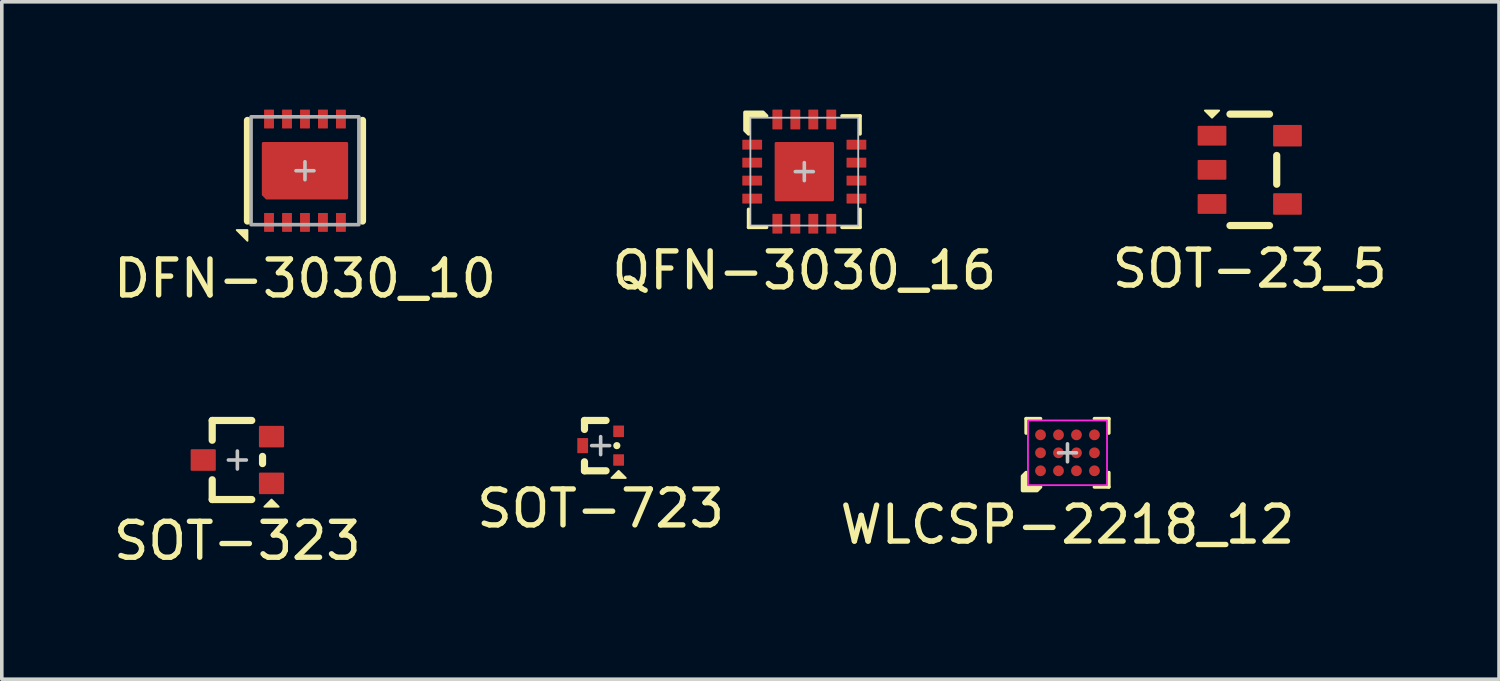
<source format=kicad_pcb>
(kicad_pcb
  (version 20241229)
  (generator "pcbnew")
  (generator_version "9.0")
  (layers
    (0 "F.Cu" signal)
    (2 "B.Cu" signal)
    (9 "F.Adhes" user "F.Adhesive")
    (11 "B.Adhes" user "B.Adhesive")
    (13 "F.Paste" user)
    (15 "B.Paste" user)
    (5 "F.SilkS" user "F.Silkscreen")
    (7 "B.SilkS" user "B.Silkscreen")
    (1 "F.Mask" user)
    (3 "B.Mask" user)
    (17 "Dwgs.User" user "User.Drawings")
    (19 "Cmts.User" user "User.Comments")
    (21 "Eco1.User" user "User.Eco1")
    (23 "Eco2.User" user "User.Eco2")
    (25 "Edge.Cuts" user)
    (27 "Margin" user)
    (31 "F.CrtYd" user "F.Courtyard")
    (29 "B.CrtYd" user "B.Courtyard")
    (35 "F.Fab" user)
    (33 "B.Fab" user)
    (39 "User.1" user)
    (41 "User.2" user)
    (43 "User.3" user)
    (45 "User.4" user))
  (footprint "SOT-323"
    (layer "F.Cu")
    (at 3.554 9.748)
    (property "Reference" "SOT-323" (at 0 2.25 0) (unlocked yes) (layer "F.SilkS") (effects (font (size 1 1) (thickness 0.15))))
    (attr smd)
    (fp_line (start -0.7 -1.1) (end 0.4 -1.1) (stroke (width 0.2) (type solid)) (layer "F.SilkS"))
    (fp_line (start -0.7 -0.55) (end -0.7 -1.1) (stroke (width 0.2) (type solid)) (layer "F.SilkS"))
    (fp_line (start -0.7 0.55) (end -0.7 1.1) (stroke (width 0.2) (type solid)) (layer "F.SilkS"))
    (fp_line (start -0.7 1.1) (end 0.4 1.1) (stroke (width 0.2) (type solid)) (layer "F.SilkS"))
    (fp_line (start 0.7 -0.1) (end 0.7 0.1) (stroke (width 0.2) (type solid)) (layer "F.SilkS"))
    (fp_poly (pts (xy 0.75 1.3) (xy 0.95 1.1) (xy 1.15 1.3)) (stroke (width 0.05) (type solid)) (fill yes) (layer "F.SilkS"))
    (fp_line (start -0.25 0) (end 0.25 0) (stroke (width 0.1) (type solid)) (layer "Dwgs.User"))
    (fp_line (start 0 -0.25) (end 0 0.25) (stroke (width 0.1) (type solid)) (layer "Dwgs.User"))
    (pad "1" smd roundrect (at 0.95 0.65 90) (size 0.6 0.7) (layers "F.Cu" "F.Mask" "F.Paste") (roundrect_rratio 0.05))
    (pad "2" smd roundrect (at 0.95 -0.65 90) (size 0.6 0.7) (layers "F.Cu" "F.Mask" "F.Paste") (roundrect_rratio 0.05))
    (pad "3" smd roundrect (at -0.95 0 90) (size 0.6 0.7) (layers "F.Cu" "F.Mask" "F.Paste") (roundrect_rratio 0.05)))
  (footprint "SOT-23_5"
    (layer "F.Cu")
    (at 31.72 1.675)
    (property "Reference" "SOT-23_5" (at 0 2.75 0) (unlocked yes) (layer "F.SilkS") (effects (font (size 1 1) (thickness 0.15))))
    (attr smd)
    (fp_line (start -0.55 -1.55) (end 0.55 -1.55) (stroke (width 0.2) (type solid)) (layer "F.SilkS"))
    (fp_line (start -0.55 1.55) (end 0.55 1.55) (stroke (width 0.2) (type solid)) (layer "F.SilkS"))
    (fp_line (start 0.75 -0.4) (end 0.75 0.4) (stroke (width 0.2) (type solid)) (layer "F.SilkS"))
    (fp_poly (pts (xy -0.85 -1.65) (xy -1.05 -1.45) (xy -1.25 -1.65)) (stroke (width 0.05) (type solid)) (fill yes) (layer "F.SilkS"))
    (pad "1" smd roundrect (at -1.05 -0.95 90) (size 0.55 0.8) (layers "F.Cu" "F.Mask" "F.Paste") (roundrect_rratio 0.05))
    (pad "2" smd roundrect (at -1.05 0 90) (size 0.55 0.8) (layers "F.Cu" "F.Mask" "F.Paste") (roundrect_rratio 0.05))
    (pad "3" smd roundrect (at -1.05 0.95 90) (size 0.55 0.8) (layers "F.Cu" "F.Mask" "F.Paste") (roundrect_rratio 0.05))
    (pad "4" smd roundrect (at 1.05 0.95 90) (size 0.6 0.8) (layers "F.Cu" "F.Mask" "F.Paste") (roundrect_rratio 0.05))
    (pad "5" smd roundrect (at 1.05 -0.95 90) (size 0.6 0.8) (layers "F.Cu" "F.Mask" "F.Paste") (roundrect_rratio 0.05)))
  (footprint "WLCSP-2218_12"
    (layer "F.Cu")
    (at 26.649 9.548)
    (property "Reference" "WLCSP-2218_12" (at 0 2 0) (unlocked yes) (layer "F.SilkS") (effects (font (size 1 1) (thickness 0.15))))
    (attr smd)
    (fp_line (start -1.15 -0.95) (end -1.15 -0.55) (stroke (width 0.1) (type solid)) (layer "F.SilkS"))
    (fp_line (start -0.75 -0.95) (end -1.15 -0.95) (stroke (width 0.1) (type solid)) (layer "F.SilkS"))
    (fp_line (start 0.75 0.95) (end 1.15 0.95) (stroke (width 0.1) (type solid)) (layer "F.SilkS"))
    (fp_line (start 1.15 -0.95) (end 0.75 -0.95) (stroke (width 0.1) (type solid)) (layer "F.SilkS"))
    (fp_line (start 1.15 -0.55) (end 1.15 -0.95) (stroke (width 0.1) (type solid)) (layer "F.SilkS"))
    (fp_line (start 1.15 0.95) (end 1.15 0.55) (stroke (width 0.1) (type solid)) (layer "F.SilkS"))
    (fp_poly (pts (xy -1.15 0.55) (xy -1.15 0.95) (xy -0.75 0.95) (xy -0.85 1.05) (xy -1.25 1.05) (xy -1.25 0.65)) (stroke (width 0.1) (type solid)) (fill yes) (layer "F.SilkS"))
    (fp_line (start 0 -0.25) (end 0 0.25) (stroke (width 0.1) (type solid)) (layer "Dwgs.User"))
    (fp_line (start 0.25 0) (end -0.25 0) (stroke (width 0.1) (type solid)) (layer "Dwgs.User"))
    (fp_rect (start -1.1 -0.9) (end 1.1 0.9) (stroke (width 0.05) (type solid)) (fill no) (layer "F.CrtYd"))
    (pad "A1" smd circle (at -0.75 0.5) (size 0.3 0.3) (layers "F.Cu" "F.Mask" "F.Paste"))
    (pad "A2" smd circle (at -0.75 0) (size 0.3 0.3) (layers "F.Cu" "F.Mask" "F.Paste"))
    (pad "A3" smd circle (at -0.75 -0.5) (size 0.3 0.3) (layers "F.Cu" "F.Mask" "F.Paste"))
    (pad "B1" smd circle (at -0.25 0.5) (size 0.3 0.3) (layers "F.Cu" "F.Mask" "F.Paste"))
    (pad "B2" smd circle (at -0.25 0) (size 0.3 0.3) (layers "F.Cu" "F.Mask" "F.Paste"))
    (pad "B3" smd circle (at -0.25 -0.5) (size 0.3 0.3) (layers "F.Cu" "F.Mask" "F.Paste"))
    (pad "C1" smd circle (at 0.25 0.5) (size 0.3 0.3) (layers "F.Cu" "F.Mask" "F.Paste"))
    (pad "C2" smd circle (at 0.25 0) (size 0.3 0.3) (layers "F.Cu" "F.Mask" "F.Paste"))
    (pad "C3" smd circle (at 0.25 -0.5) (size 0.3 0.3) (layers "F.Cu" "F.Mask" "F.Paste"))
    (pad "D1" smd circle (at 0.75 0.5) (size 0.3 0.3) (layers "F.Cu" "F.Mask" "F.Paste"))
    (pad "D2" smd circle (at 0.75 0) (size 0.3 0.3) (layers "F.Cu" "F.Mask" "F.Paste"))
    (pad "D3" smd circle (at 0.75 -0.5) (size 0.3 0.3) (layers "F.Cu" "F.Mask" "F.Paste")))
  (footprint "QFN-3030_16"
    (layer "F.Cu")
    (at 19.327 1.725)
    (property "Reference" "QFN-3030_16" (at 0 2.75 0) (unlocked yes) (layer "F.SilkS") (effects (font (size 1 1) (thickness 0.15))))
    (attr smd)
    (fp_line (start -1.55 1.05) (end -1.55 1.55) (stroke (width 0.1) (type solid)) (layer "F.SilkS"))
    (fp_line (start -1.55 1.55) (end -1.05 1.55) (stroke (width 0.1) (type solid)) (layer "F.SilkS"))
    (fp_line (start 1.05 1.55) (end 1.55 1.55) (stroke (width 0.1) (type solid)) (layer "F.SilkS"))
    (fp_line (start 1.55 -1.55) (end 1.05 -1.55) (stroke (width 0.1) (type solid)) (layer "F.SilkS"))
    (fp_line (start 1.55 -1.05) (end 1.55 -1.55) (stroke (width 0.1) (type solid)) (layer "F.SilkS"))
    (fp_line (start 1.55 1.55) (end 1.55 1.05) (stroke (width 0.1) (type solid)) (layer "F.SilkS"))
    (fp_poly (pts (xy -1.05 -1.55) (xy -1.55 -1.55) (xy -1.55 -1.05) (xy -1.65 -1.15) (xy -1.65 -1.65) (xy -1.15 -1.65)) (stroke (width 0.1) (type solid)) (fill yes) (layer "F.SilkS"))
    (fp_rect (start -0.7 -0.7) (end -0.1 -0.1) (stroke (width 0) (type solid)) (fill yes) (layer "F.Paste"))
    (fp_rect (start -0.7 0.1) (end -0.1 0.7) (stroke (width 0) (type solid)) (fill yes) (layer "F.Paste"))
    (fp_rect (start 0.1 -0.7) (end 0.7 -0.1) (stroke (width 0) (type solid)) (fill yes) (layer "F.Paste"))
    (fp_rect (start 0.1 0.1) (end 0.7 0.7) (stroke (width 0) (type solid)) (fill yes) (layer "F.Paste"))
    (fp_line (start 0 -0.25) (end 0 0.25) (stroke (width 0.1) (type solid)) (layer "Dwgs.User"))
    (fp_line (start 0.25 0) (end -0.25 0) (stroke (width 0.1) (type solid)) (layer "Dwgs.User"))
    (fp_rect (start 1.5 -1.5) (end -1.5 1.5) (stroke (width 0.05) (type solid)) (fill no) (layer "Dwgs.User"))
    (pad "1" smd roundrect (at -1.45 -0.75 270) (size 0.275 0.55) (layers "F.Cu" "F.Mask" "F.Paste") (roundrect_rratio 0.05))
    (pad "2" smd roundrect (at -1.45 -0.25 270) (size 0.275 0.55) (layers "F.Cu" "F.Mask" "F.Paste") (roundrect_rratio 0.05))
    (pad "3" smd roundrect (at -1.45 0.25 270) (size 0.275 0.55) (layers "F.Cu" "F.Mask" "F.Paste") (roundrect_rratio 0.05))
    (pad "4" smd roundrect (at -1.45 0.75 270) (size 0.275 0.55) (layers "F.Cu" "F.Mask" "F.Paste") (roundrect_rratio 0.05))
    (pad "5" smd roundrect (at -0.75 1.45 180) (size 0.275 0.55) (layers "F.Cu" "F.Mask" "F.Paste") (roundrect_rratio 0.05))
    (pad "5" smd roundrect (at 0.75 -1.45) (size 0.275 0.55) (layers "F.Cu" "F.Mask" "F.Paste") (roundrect_rratio 0.05))
    (pad "6" smd roundrect (at -0.25 1.45 180) (size 0.275 0.55) (layers "F.Cu" "F.Mask" "F.Paste") (roundrect_rratio 0.05))
    (pad "6" smd roundrect (at 0.25 -1.45) (size 0.275 0.55) (layers "F.Cu" "F.Mask" "F.Paste") (roundrect_rratio 0.05))
    (pad "7" smd roundrect (at -0.25 -1.45) (size 0.275 0.55) (layers "F.Cu" "F.Mask" "F.Paste") (roundrect_rratio 0.05))
    (pad "7" smd roundrect (at 0.25 1.45 180) (size 0.275 0.55) (layers "F.Cu" "F.Mask" "F.Paste") (roundrect_rratio 0.05))
    (pad "8" smd roundrect (at -0.75 -1.45) (size 0.275 0.55) (layers "F.Cu" "F.Mask" "F.Paste") (roundrect_rratio 0.05))
    (pad "8" smd roundrect (at 0.75 1.45 180) (size 0.275 0.55) (layers "F.Cu" "F.Mask" "F.Paste") (roundrect_rratio 0.05))
    (pad "9" smd roundrect (at 0 0 270) (size 1.65 1.65) (layers "F.Cu" "F.Mask") (roundrect_rratio 0.025))
    (pad "9" smd roundrect (at 1.45 0.75 270) (size 0.275 0.55) (layers "F.Cu" "F.Mask" "F.Paste") (roundrect_rratio 0.05))
    (pad "10" smd roundrect (at 1.45 0.25 270) (size 0.275 0.55) (layers "F.Cu" "F.Mask" "F.Paste") (roundrect_rratio 0.05))
    (pad "11" smd roundrect (at 1.45 -0.25 270) (size 0.275 0.55) (layers "F.Cu" "F.Mask" "F.Paste") (roundrect_rratio 0.05))
    (pad "12" smd roundrect (at 1.45 -0.75 270) (size 0.275 0.55) (layers "F.Cu" "F.Mask" "F.Paste") (roundrect_rratio 0.05)))
  (footprint "SOT-723"
    (layer "F.Cu")
    (at 13.661 9.348)
    (property "Reference" "SOT-723" (at 0 1.75 0) (unlocked yes) (layer "F.SilkS") (effects (font (size 1 1) (thickness 0.15))))
    (attr smd)
    (fp_line (start -0.45 -0.7) (end 0.15 -0.7) (stroke (width 0.2) (type solid)) (layer "F.SilkS"))
    (fp_line (start -0.45 -0.45) (end -0.45 -0.7) (stroke (width 0.2) (type solid)) (layer "F.SilkS"))
    (fp_line (start -0.45 0.45) (end -0.45 0.7) (stroke (width 0.2) (type solid)) (layer "F.SilkS"))
    (fp_line (start -0.45 0.7) (end 0.15 0.7) (stroke (width 0.2) (type solid)) (layer "F.SilkS"))
    (fp_line (start 0.45 0) (end 0.45 0) (stroke (width 0.2) (type solid)) (layer "F.SilkS"))
    (fp_poly (pts (xy 0.3 0.9) (xy 0.5 0.7) (xy 0.7 0.9)) (stroke (width 0.05) (type solid)) (fill yes) (layer "F.SilkS"))
    (fp_line (start -0.25 0) (end 0.25 0) (stroke (width 0.1) (type solid)) (layer "Dwgs.User"))
    (fp_line (start 0 -0.25) (end 0 0.25) (stroke (width 0.1) (type solid)) (layer "Dwgs.User"))
    (pad "1" smd roundrect (at 0.5 0.4 90) (size 0.32 0.3) (layers "F.Cu" "F.Mask" "F.Paste") (roundrect_rratio 0.05))
    (pad "2" smd roundrect (at 0.5 -0.4 90) (size 0.32 0.3) (layers "F.Cu" "F.Mask" "F.Paste") (roundrect_rratio 0.05))
    (pad "3" smd roundrect (at -0.5 0 90) (size 0.42 0.3) (layers "F.Cu" "F.Mask" "F.Paste") (roundrect_rratio 0.05)))
  (footprint "DFN-3030_10"
    (layer "F.Cu")
    (at 5.435 1.7)
    (property "Reference" "DFN-3030_10" (at 0 3 0) (unlocked yes) (layer "F.SilkS") (effects (font (size 1 1) (thickness 0.15))))
    (attr smd)
    (fp_line (start -1.6 1.4) (end -1.6 -1.4) (stroke (width 0.2) (type solid)) (layer "F.SilkS"))
    (fp_line (start 1.6 -1.4) (end 1.6 1.4) (stroke (width 0.2) (type solid)) (layer "F.SilkS"))
    (fp_poly (pts (xy -1.9 1.65) (xy -1.6 1.65) (xy -1.6 1.95)) (stroke (width 0.05) (type solid)) (fill yes) (layer "F.SilkS"))
    (fp_rect (start -1.05 -0.65) (end -0.15 -0.15) (stroke (width 0) (type solid)) (fill yes) (layer "F.Paste"))
    (fp_rect (start 0.15 -0.65) (end 1.05 -0.15) (stroke (width 0) (type solid)) (fill yes) (layer "F.Paste"))
    (fp_rect (start 0.15 0.15) (end 1.05 0.65) (stroke (width 0) (type solid)) (fill yes) (layer "F.Paste"))
    (fp_poly (pts (xy -0.15 0.65) (xy -1 0.65) (xy -1.05 0.6) (xy -1.05 0.15) (xy -0.15 0.15)) (stroke (width 0) (type solid)) (fill yes) (layer "F.Paste"))
    (fp_line (start -0.25 0) (end 0.25 0) (stroke (width 0.1) (type solid)) (layer "Dwgs.User"))
    (fp_line (start 0 -0.25) (end 0 0.25) (stroke (width 0.1) (type solid)) (layer "Dwgs.User"))
    (fp_rect (start -1.5 -1.5) (end 1.5 1.5) (stroke (width 0.1) (type solid)) (fill no) (layer "F.Fab"))
    (pad "1" smd roundrect (at -1 1.438 90) (size 0.525 0.275) (layers "F.Cu" "F.Mask" "F.Paste") (roundrect_rratio 0.05))
    (pad "2" smd roundrect (at -0.5 1.438 90) (size 0.525 0.275) (layers "F.Cu" "F.Mask" "F.Paste") (roundrect_rratio 0.05))
    (pad "3" smd roundrect (at 0 1.438 90) (size 0.525 0.275) (layers "F.Cu" "F.Mask" "F.Paste") (roundrect_rratio 0.05))
    (pad "4" smd roundrect (at 0.5 1.438 90) (size 0.525 0.275) (layers "F.Cu" "F.Mask" "F.Paste") (roundrect_rratio 0.05))
    (pad "5" smd roundrect (at 1 1.438 90) (size 0.525 0.275) (layers "F.Cu" "F.Mask" "F.Paste") (roundrect_rratio 0.05))
    (pad "6" smd roundrect (at 1 -1.438 90) (size 0.525 0.275) (layers "F.Cu" "F.Mask" "F.Paste") (roundrect_rratio 0.05))
    (pad "7" smd roundrect (at 0.5 -1.438 90) (size 0.525 0.275) (layers "F.Cu" "F.Mask" "F.Paste") (roundrect_rratio 0.05))
    (pad "8" smd roundrect (at 0 -1.438 90) (size 0.525 0.275) (layers "F.Cu" "F.Mask" "F.Paste") (roundrect_rratio 0.05))
    (pad "9" smd roundrect (at -0.5 -1.438 90) (size 0.525 0.275) (layers "F.Cu" "F.Mask" "F.Paste") (roundrect_rratio 0.05))
    (pad "10" smd roundrect (at -1 -1.438 90) (size 0.525 0.275) (layers "F.Cu" "F.Mask" "F.Paste") (roundrect_rratio 0.05))
    (pad "EP" smd roundrect (at 0 0) (size 2.4 1.6) (layers "F.Cu" "F.Mask") (roundrect_rratio 0.025) (chamfer_ratio 0.075) (chamfer bottom_left)))
  (gr_rect
    (start -3 -3)
    (end 38.655 15.847)
    (stroke (width 0.1) (type default))
    (fill no)
    (layer "Edge.Cuts")))
</source>
